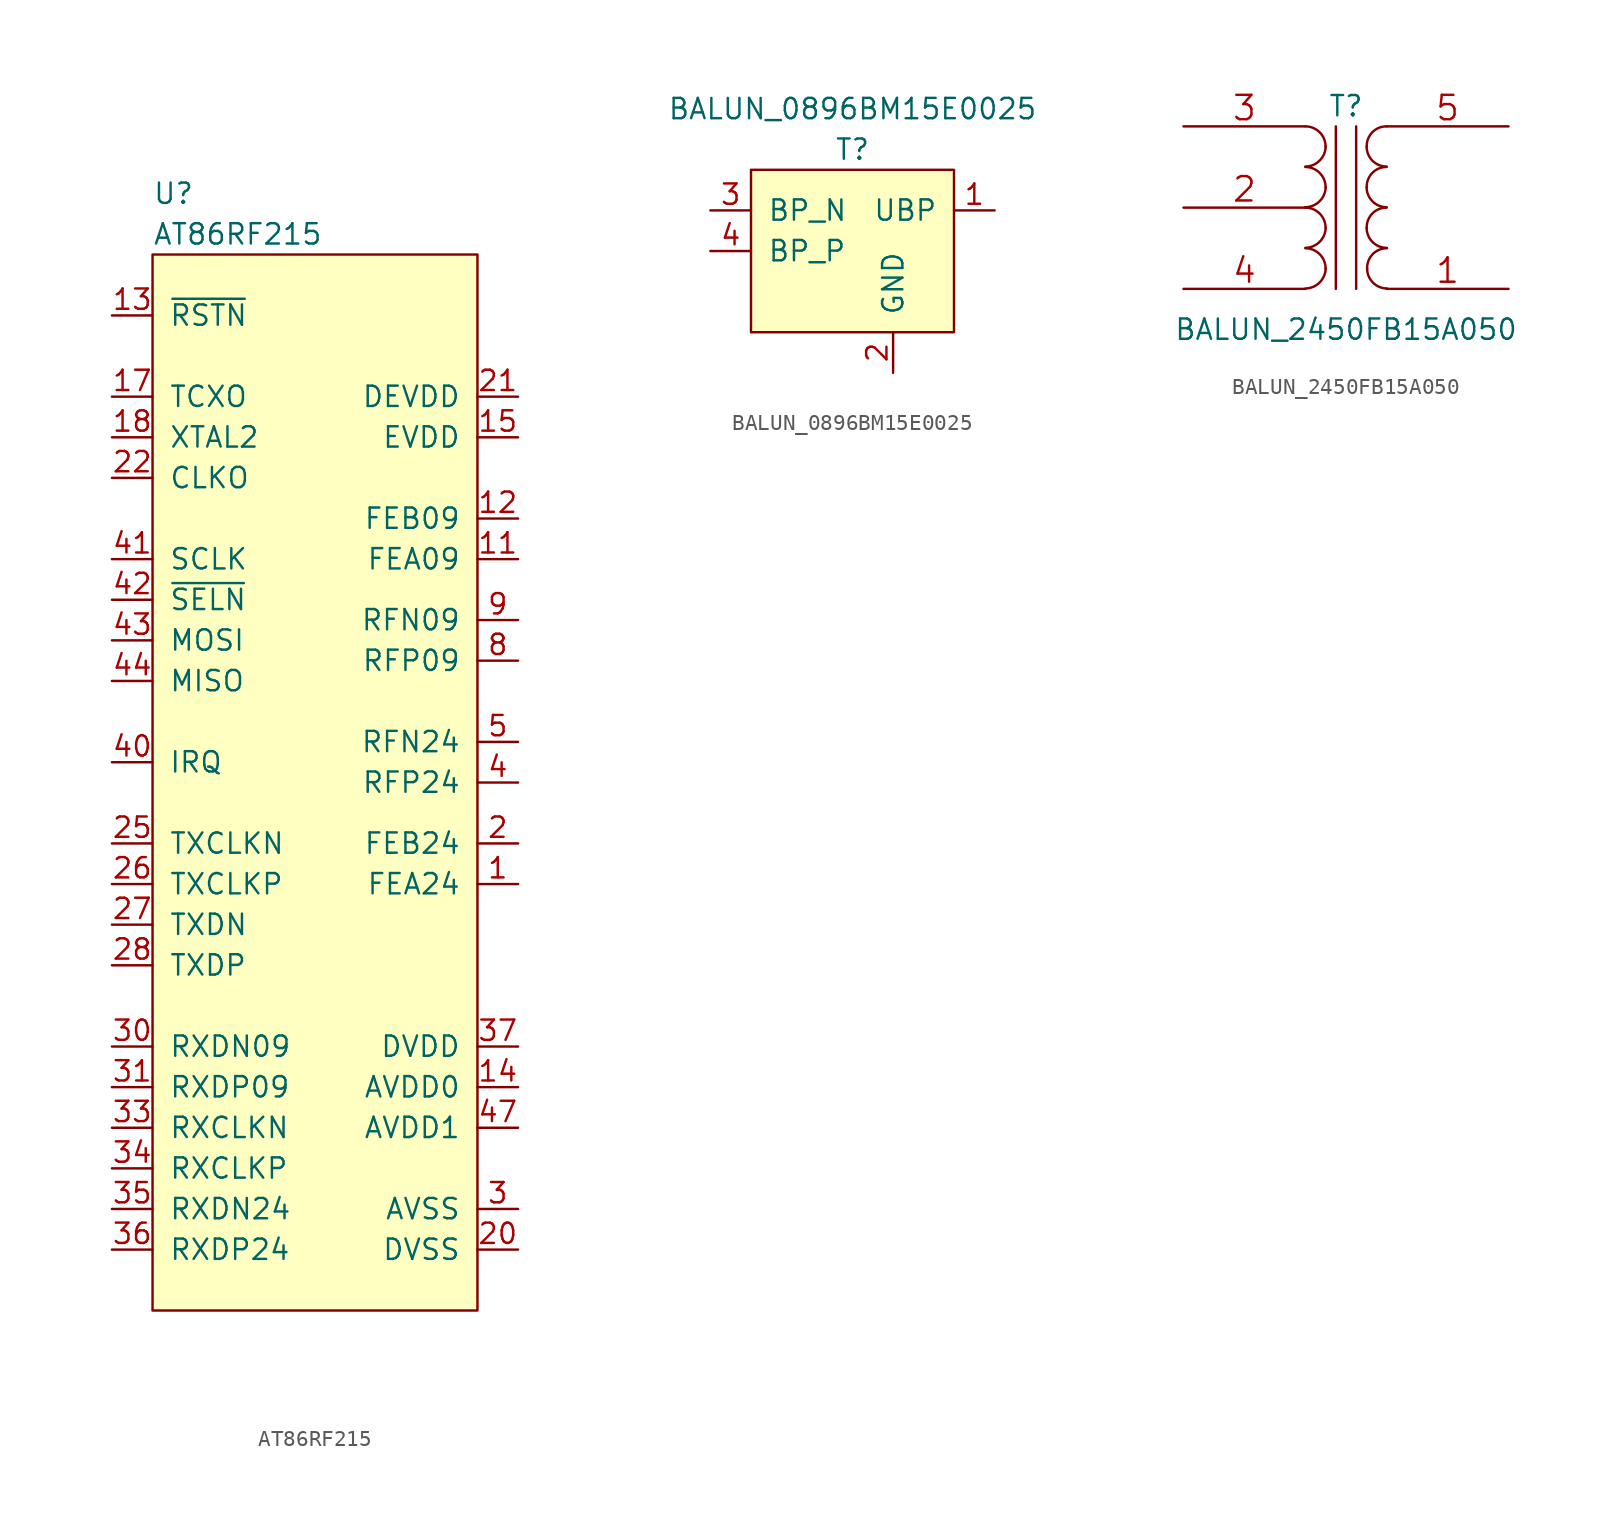
<source format=kicad_sym>
(kicad_symbol_lib
  (version 20220914)
  (generator kicad_symbol_editor)
  (symbol "AT86RF215"
    (pin_names
      (offset 1.016))
    (property "Reference" "U"
      (at -10.16 36.83 0)
      (effects (font (size 1.27 1.27)) (justify left)))
    (property "Value" "AT86RF215"
      (at -10.16 34.29 0)
      (effects (font (size 1.27 1.27)) (justify left)))
    (symbol "AT86RF215_0_1"
      (rectangle (start 10.16 33.02) (end -10.16 -33.02) (stroke (width 0) (type solid)) (fill (type background))))
    (symbol "AT86RF215_1_1"
      (pin output line (at 12.7 -6.35 180) (length 2.54) (name "FEA24" (effects (font (size 1.27 1.27)))) (number "1" (effects (font (size 1.27 1.27)))))
      (pin power_in line (at 12.7 -26.67 180) (length 2.54) hide (name "AVSS" (effects (font (size 1.27 1.27)))) (number "10" (effects (font (size 1.27 1.27)))))
      (pin bidirectional line (at 12.7 13.97 180) (length 2.54) (name "FEA09" (effects (font (size 1.27 1.27)))) (number "11" (effects (font (size 1.27 1.27)))))
      (pin bidirectional line (at 12.7 16.51 180) (length 2.54) (name "FEB09" (effects (font (size 1.27 1.27)))) (number "12" (effects (font (size 1.27 1.27)))))
      (pin input line (at -12.7 29.21 0) (length 2.54) (name "~{RSTN}" (effects (font (size 1.27 1.27)))) (number "13" (effects (font (size 1.27 1.27)))))
      (pin power_out line (at 12.7 -19.05 180) (length 2.54) (name "AVDD0" (effects (font (size 1.27 1.27)))) (number "14" (effects (font (size 1.27 1.27)))))
      (pin power_in line (at 12.7 21.59 180) (length 2.54) (name "EVDD" (effects (font (size 1.27 1.27)))) (number "15" (effects (font (size 1.27 1.27)))))
      (pin power_in line (at 12.7 -26.67 180) (length 2.54) hide (name "AVSS" (effects (font (size 1.27 1.27)))) (number "16" (effects (font (size 1.27 1.27)))))
      (pin input line (at -12.7 24.13 0) (length 2.54) (name "TCXO" (effects (font (size 1.27 1.27)))) (number "17" (effects (font (size 1.27 1.27)))))
      (pin output line (at -12.7 21.59 0) (length 2.54) (name "XTAL2" (effects (font (size 1.27 1.27)))) (number "18" (effects (font (size 1.27 1.27)))))
      (pin power_in line (at 12.7 -26.67 180) (length 2.54) hide (name "AVSS" (effects (font (size 1.27 1.27)))) (number "19" (effects (font (size 1.27 1.27)))))
      (pin output line (at 12.7 -3.81 180) (length 2.54) (name "FEB24" (effects (font (size 1.27 1.27)))) (number "2" (effects (font (size 1.27 1.27)))))
      (pin power_in line (at 12.7 -29.21 180) (length 2.54) (name "DVSS" (effects (font (size 1.27 1.27)))) (number "20" (effects (font (size 1.27 1.27)))))
      (pin power_in line (at 12.7 24.13 180) (length 2.54) (name "DEVDD" (effects (font (size 1.27 1.27)))) (number "21" (effects (font (size 1.27 1.27)))))
      (pin output line (at -12.7 19.05 0) (length 2.54) (name "CLKO" (effects (font (size 1.27 1.27)))) (number "22" (effects (font (size 1.27 1.27)))))
      (pin power_in line (at 12.7 -29.21 180) (length 2.54) hide (name "DVSS" (effects (font (size 1.27 1.27)))) (number "23" (effects (font (size 1.27 1.27)))))
      (pin power_in line (at 12.7 -29.21 180) (length 2.54) hide (name "DVSS" (effects (font (size 1.27 1.27)))) (number "24" (effects (font (size 1.27 1.27)))))
      (pin input line (at -12.7 -3.81 0) (length 2.54) (name "TXCLKN" (effects (font (size 1.27 1.27)))) (number "25" (effects (font (size 1.27 1.27)))))
      (pin input line (at -12.7 -6.35 0) (length 2.54) (name "TXCLKP" (effects (font (size 1.27 1.27)))) (number "26" (effects (font (size 1.27 1.27)))))
      (pin input line (at -12.7 -8.89 0) (length 2.54) (name "TXDN" (effects (font (size 1.27 1.27)))) (number "27" (effects (font (size 1.27 1.27)))))
      (pin input line (at -12.7 -11.43 0) (length 2.54) (name "TXDP" (effects (font (size 1.27 1.27)))) (number "28" (effects (font (size 1.27 1.27)))))
      (pin power_in line (at 12.7 24.13 180) (length 2.54) hide (name "DEVDD" (effects (font (size 1.27 1.27)))) (number "29" (effects (font (size 1.27 1.27)))))
      (pin power_in line (at 12.7 -26.67 180) (length 2.54) (name "AVSS" (effects (font (size 1.27 1.27)))) (number "3" (effects (font (size 1.27 1.27)))))
      (pin output line (at -12.7 -16.51 0) (length 2.54) (name "RXDN09" (effects (font (size 1.27 1.27)))) (number "30" (effects (font (size 1.27 1.27)))))
      (pin output line (at -12.7 -19.05 0) (length 2.54) (name "RXDP09" (effects (font (size 1.27 1.27)))) (number "31" (effects (font (size 1.27 1.27)))))
      (pin power_in line (at 12.7 -29.21 180) (length 2.54) hide (name "DVSS" (effects (font (size 1.27 1.27)))) (number "32" (effects (font (size 1.27 1.27)))))
      (pin output line (at -12.7 -21.59 0) (length 2.54) (name "RXCLKN" (effects (font (size 1.27 1.27)))) (number "33" (effects (font (size 1.27 1.27)))))
      (pin output line (at -12.7 -24.13 0) (length 2.54) (name "RXCLKP" (effects (font (size 1.27 1.27)))) (number "34" (effects (font (size 1.27 1.27)))))
      (pin output line (at -12.7 -26.67 0) (length 2.54) (name "RXDN24" (effects (font (size 1.27 1.27)))) (number "35" (effects (font (size 1.27 1.27)))))
      (pin output line (at -12.7 -29.21 0) (length 2.54) (name "RXDP24" (effects (font (size 1.27 1.27)))) (number "36" (effects (font (size 1.27 1.27)))))
      (pin power_out line (at 12.7 -16.51 180) (length 2.54) (name "DVDD" (effects (font (size 1.27 1.27)))) (number "37" (effects (font (size 1.27 1.27)))))
      (pin power_in line (at 12.7 -29.21 180) (length 2.54) hide (name "DVSS" (effects (font (size 1.27 1.27)))) (number "38" (effects (font (size 1.27 1.27)))))
      (pin power_in line (at 12.7 24.13 180) (length 2.54) hide (name "DEVDD" (effects (font (size 1.27 1.27)))) (number "39" (effects (font (size 1.27 1.27)))))
      (pin bidirectional line (at 12.7 0 180) (length 2.54) (name "RFP24" (effects (font (size 1.27 1.27)))) (number "4" (effects (font (size 1.27 1.27)))))
      (pin output line (at -12.7 1.27 0) (length 2.54) (name "IRQ" (effects (font (size 1.27 1.27)))) (number "40" (effects (font (size 1.27 1.27)))))
      (pin input line (at -12.7 13.97 0) (length 2.54) (name "SCLK" (effects (font (size 1.27 1.27)))) (number "41" (effects (font (size 1.27 1.27)))))
      (pin input line (at -12.7 11.43 0) (length 2.54) (name "~{SELN}" (effects (font (size 1.27 1.27)))) (number "42" (effects (font (size 1.27 1.27)))))
      (pin input line (at -12.7 8.89 0) (length 2.54) (name "MOSI" (effects (font (size 1.27 1.27)))) (number "43" (effects (font (size 1.27 1.27)))))
      (pin output line (at -12.7 6.35 0) (length 2.54) (name "MISO" (effects (font (size 1.27 1.27)))) (number "44" (effects (font (size 1.27 1.27)))))
      (pin power_in line (at 12.7 -26.67 180) (length 2.54) hide (name "AVSS" (effects (font (size 1.27 1.27)))) (number "45" (effects (font (size 1.27 1.27)))))
      (pin power_in line (at 12.7 21.59 180) (length 2.54) hide (name "EVDD" (effects (font (size 1.27 1.27)))) (number "46" (effects (font (size 1.27 1.27)))))
      (pin power_out line (at 12.7 -21.59 180) (length 2.54) (name "AVDD1" (effects (font (size 1.27 1.27)))) (number "47" (effects (font (size 1.27 1.27)))))
      (pin power_in line (at 12.7 -26.67 180) (length 2.54) hide (name "AVSS" (effects (font (size 1.27 1.27)))) (number "48" (effects (font (size 1.27 1.27)))))
      (pin power_in line (at 12.7 -26.67 180) (length 2.54) hide (name "AVSS" (effects (font (size 1.27 1.27)))) (number "49" (effects (font (size 1.27 1.27)))))
      (pin bidirectional line (at 12.7 2.54 180) (length 2.54) (name "RFN24" (effects (font (size 1.27 1.27)))) (number "5" (effects (font (size 1.27 1.27)))))
      (pin power_in line (at 12.7 -26.67 180) (length 2.54) hide (name "AVSS" (effects (font (size 1.27 1.27)))) (number "6" (effects (font (size 1.27 1.27)))))
      (pin power_in line (at 12.7 -26.67 180) (length 2.54) hide (name "AVSS" (effects (font (size 1.27 1.27)))) (number "7" (effects (font (size 1.27 1.27)))))
      (pin bidirectional line (at 12.7 7.62 180) (length 2.54) (name "RFP09" (effects (font (size 1.27 1.27)))) (number "8" (effects (font (size 1.27 1.27)))))
      (pin bidirectional line (at 12.7 10.16 180) (length 2.54) (name "RFN09" (effects (font (size 1.27 1.27)))) (number "9" (effects (font (size 1.27 1.27)))))))
  (symbol "BALUN_0896BM15E0025"
    (pin_names
      (offset 1.016))
    (property "Reference" "T"
      (at 0 6.35 0)
      (effects (font (size 1.27 1.27))))
    (property "Value" "BALUN_0896BM15E0025"
      (at 0 8.89 0)
      (effects (font (size 1.27 1.27))))
    (symbol "BALUN_0896BM15E0025_0_1"
      (rectangle (start -6.35 5.08) (end 6.35 -5.08) (stroke (width 0) (type solid)) (fill (type background))))
    (symbol "BALUN_0896BM15E0025_1_1"
      (pin bidirectional line (at 8.89 2.54 180) (length 2.54) (name "UBP" (effects (font (size 1.27 1.27)))) (number "1" (effects (font (size 1.27 1.27)))))
      (pin power_in line (at 2.54 -7.62 90) (length 2.54) (name "GND" (effects (font (size 1.27 1.27)))) (number "2" (effects (font (size 1.27 1.27)))))
      (pin bidirectional line (at -8.89 2.54 0) (length 2.54) (name "BP_N" (effects (font (size 1.27 1.27)))) (number "3" (effects (font (size 1.27 1.27)))))
      (pin bidirectional line (at -8.89 0 0) (length 2.54) (name "BP_P" (effects (font (size 1.27 1.27)))) (number "4" (effects (font (size 1.27 1.27)))))
      (pin power_in line (at 2.54 -7.62 90) (length 2.54) hide (name "GND" (effects (font (size 1.27 1.27)))) (number "5" (effects (font (size 1.27 1.27)))))
      (pin power_in line (at 2.54 -7.62 90) (length 2.54) hide (name "GND" (effects (font (size 1.27 1.27)))) (number "6" (effects (font (size 1.27 1.27)))))))
  (symbol "BALUN_2450FB15A050"
    (pin_names
      (offset 1.016) hide)
    (property "Reference" "T"
      (at 0 6.35 0)
      (effects (font (size 1.27 1.27))))
    (property "Value" "BALUN_2450FB15A050"
      (at 0 -7.62 0)
      (effects (font (size 1.27 1.27))))
    (symbol "BALUN_2450FB15A050_0_1"
      (arc (start -2.54 -5.0546) (mid -1.6599 -4.6901) (end -1.27 -3.81) (stroke (width 0) (type solid)) (fill (type none)))
      (arc (start -2.54 -2.5146) (mid -1.6599 -2.1501) (end -1.27 -1.27) (stroke (width 0) (type solid)) (fill (type none)))
      (arc (start -2.54 0.0254) (mid -1.6599 0.3899) (end -1.27 1.27) (stroke (width 0) (type solid)) (fill (type none)))
      (arc (start -2.54 2.5654) (mid -1.6599 2.9299) (end -1.27 3.81) (stroke (width 0) (type solid)) (fill (type none)))
      (arc (start -1.27 -3.81) (mid -1.642 -2.912) (end -2.54 -2.54) (stroke (width 0) (type solid)) (fill (type none)))
      (arc (start -1.27 -1.27) (mid -1.642 -0.372) (end -2.54 0) (stroke (width 0) (type solid)) (fill (type none)))
      (arc (start -1.27 1.27) (mid -1.642 2.168) (end -2.54 2.54) (stroke (width 0) (type solid)) (fill (type none)))
      (arc (start -1.27 3.81) (mid -1.642 4.708) (end -2.54 5.08) (stroke (width 0) (type solid)) (fill (type none)))
      (polyline (pts (xy -0.635 5.08) (xy -0.635 -5.08)) (stroke (width 0) (type solid)) (fill (type none)))
      (polyline (pts (xy 0.635 -5.08) (xy 0.635 5.08)) (stroke (width 0) (type solid)) (fill (type none)))
      (arc (start 1.2954 -1.27) (mid 1.6599 -2.1501) (end 2.54 -2.5146) (stroke (width 0) (type solid)) (fill (type none)))
      (arc (start 1.2954 1.27) (mid 1.6599 0.3899) (end 2.54 0.0254) (stroke (width 0) (type solid)) (fill (type none)))
      (arc (start 1.2954 3.81) (mid 1.6599 2.9299) (end 2.54 2.5654) (stroke (width 0) (type solid)) (fill (type none)))
      (arc (start 1.3208 -3.81) (mid 1.6853 -4.6901) (end 2.5654 -5.0546) (stroke (width 0) (type solid)) (fill (type none)))
      (arc (start 2.54 0) (mid 1.642 -0.372) (end 1.2954 -1.27) (stroke (width 0) (type solid)) (fill (type none)))
      (arc (start 2.54 2.54) (mid 1.642 2.168) (end 1.2954 1.27) (stroke (width 0) (type solid)) (fill (type none)))
      (arc (start 2.54 5.08) (mid 1.642 4.708) (end 1.2954 3.81) (stroke (width 0) (type solid)) (fill (type none)))
      (arc (start 2.5654 -2.54) (mid 1.6674 -2.912) (end 1.3208 -3.81) (stroke (width 0) (type solid)) (fill (type none))))
    (symbol "BALUN_2450FB15A050_1_1"
      (pin passive line (at 10.16 -5.08 180) (length 7.62) (name "S1" (effects (font (size 1.524 1.524)))) (number "1" (effects (font (size 1.524 1.524)))))
      (pin passive line (at -10.16 0 0) (length 7.62) (name "PM" (effects (font (size 1.524 1.524)))) (number "2" (effects (font (size 1.524 1.524)))))
      (pin passive line (at -10.16 5.08 0) (length 7.62) (name "PR1" (effects (font (size 1.524 1.524)))) (number "3" (effects (font (size 1.524 1.524)))))
      (pin passive line (at -10.16 -5.08 0) (length 7.62) (name "PR2" (effects (font (size 1.524 1.524)))) (number "4" (effects (font (size 1.524 1.524)))))
      (pin passive line (at 10.16 5.08 180) (length 7.62) (name "S2" (effects (font (size 1.524 1.524)))) (number "5" (effects (font (size 1.524 1.524)))))
      (pin no_connect line (at 5.08 0 180) (length 2.54) hide (name "" (effects (font (size 1.27 1.27)))) (number "6" (effects (font (size 1.27 1.27))))))))
</source>
